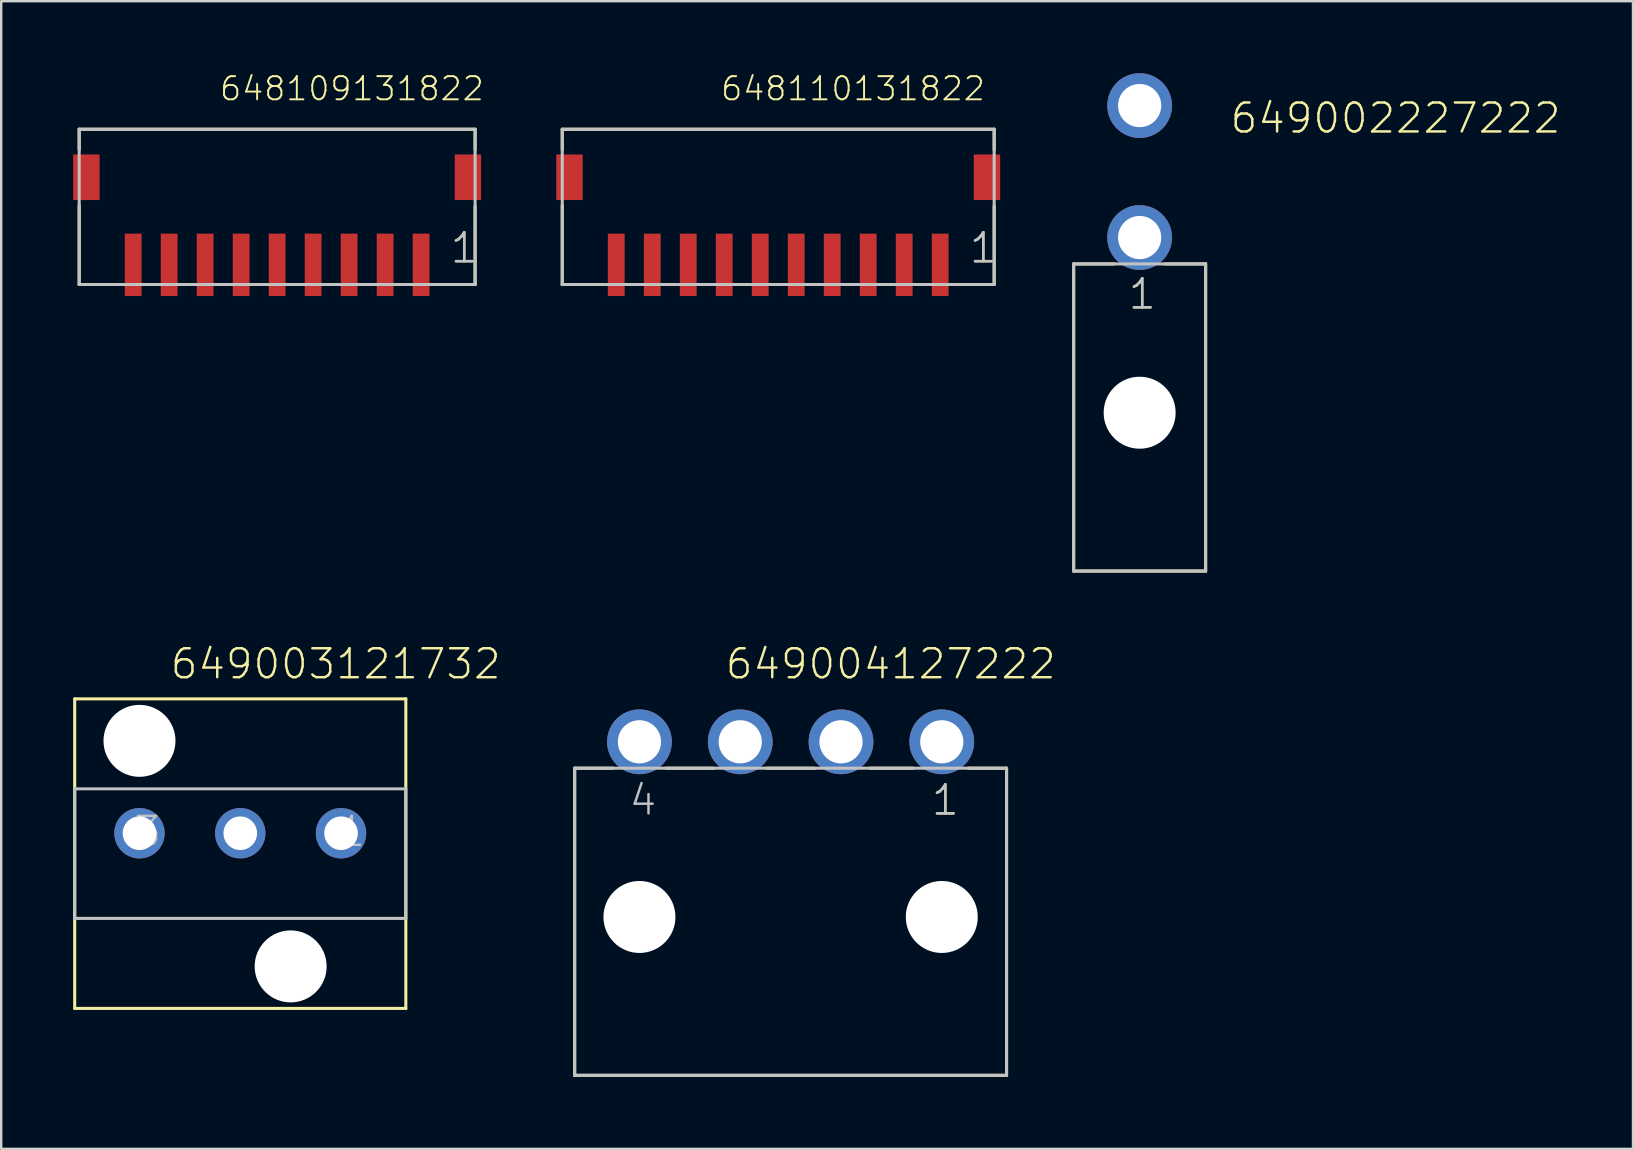
<source format=kicad_pcb>
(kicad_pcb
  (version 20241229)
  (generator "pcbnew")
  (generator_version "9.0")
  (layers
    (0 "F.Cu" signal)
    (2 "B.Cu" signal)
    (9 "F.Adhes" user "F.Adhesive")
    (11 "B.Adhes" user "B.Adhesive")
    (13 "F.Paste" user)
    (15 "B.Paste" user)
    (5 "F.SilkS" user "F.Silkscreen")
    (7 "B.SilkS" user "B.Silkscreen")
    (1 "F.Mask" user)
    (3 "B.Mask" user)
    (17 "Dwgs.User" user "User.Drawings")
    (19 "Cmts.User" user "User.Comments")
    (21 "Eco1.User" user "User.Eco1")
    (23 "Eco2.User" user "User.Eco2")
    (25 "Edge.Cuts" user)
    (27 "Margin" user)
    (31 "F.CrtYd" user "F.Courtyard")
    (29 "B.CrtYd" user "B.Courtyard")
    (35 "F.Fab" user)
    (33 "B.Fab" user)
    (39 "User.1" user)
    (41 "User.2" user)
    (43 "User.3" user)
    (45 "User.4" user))
  (footprint "649004127222"
    (layer "F.Cu")
    (at 29.899 35.165)
    (property "Reference" "649004127222" (at -2.785 -9.84 0) (layer "F.SilkS") (effects (font (size 1.206 1.206) (thickness 0.102)) (justify left bottom)))
    (attr through_hole)
    (fp_line (start -9 -6.2) (end -7.4 -6.2) (stroke (width 0.127) (type solid)) (layer "F.SilkS"))
    (fp_line (start -9 6.6) (end -9 -6.2) (stroke (width 0.127) (type solid)) (layer "F.SilkS"))
    (fp_line (start -5.2 -6.2) (end -3.2 -6.2) (stroke (width 0.127) (type solid)) (layer "F.SilkS"))
    (fp_line (start -1 -6.2) (end 1 -6.2) (stroke (width 0.127) (type solid)) (layer "F.SilkS"))
    (fp_line (start 3.3 -6.2) (end 5.1 -6.2) (stroke (width 0.127) (type solid)) (layer "F.SilkS"))
    (fp_line (start 7.4 -6.2) (end 9 -6.2) (stroke (width 0.127) (type solid)) (layer "F.SilkS"))
    (fp_line (start 9 -6.2) (end 9 6.6) (stroke (width 0.127) (type solid)) (layer "F.SilkS"))
    (fp_line (start 9 6.6) (end -9 6.6) (stroke (width 0.127) (type solid)) (layer "F.SilkS"))
    (fp_line (start -9 -6.2) (end 9 -6.2) (stroke (width 0.127) (type solid)) (layer "Dwgs.User"))
    (fp_line (start -9 6.6) (end -9 -6.2) (stroke (width 0.127) (type solid)) (layer "Dwgs.User"))
    (fp_line (start 9 -6.2) (end 9 6.6) (stroke (width 0.127) (type solid)) (layer "Dwgs.User"))
    (fp_line (start 9 6.6) (end -9 6.6) (stroke (width 0.127) (type solid)) (layer "Dwgs.User"))
    (fp_text user "1" (at 5.805 -4.165 0) (layer "F.SilkS") (effects (font (size 1.206 1.206) (thickness 0.102)) (justify left bottom)))
    (fp_text user "4" (at -6.795 -4.165 0) (layer "Dwgs.User") (effects (font (size 1.206 1.206) (thickness 0.102)) (justify left bottom)))
    (fp_text user "1" (at 5.805 -4.165 0) (layer "Dwgs.User") (effects (font (size 1.206 1.206) (thickness 0.102)) (justify left bottom)))
    (pad "" np_thru_hole circle (at -6.3 0) (size 3 3) (drill 3) (layers "*.Cu"))
    (pad "" np_thru_hole circle (at 6.3 0) (size 3 3) (drill 3) (layers "*.Cu"))
    (pad "1" thru_hole circle (at 6.3 -7.3) (size 2.7 2.7) (drill 1.8) (layers "*.Cu" "*.Mask"))
    (pad "2" thru_hole circle (at 2.1 -7.3) (size 2.7 2.7) (drill 1.8) (layers "*.Cu" "*.Mask"))
    (pad "3" thru_hole circle (at -2.1 -7.3) (size 2.7 2.7) (drill 1.8) (layers "*.Cu" "*.Mask"))
    (pad "4" thru_hole circle (at -6.3 -7.3) (size 2.7 2.7) (drill 1.8) (layers "*.Cu" "*.Mask")))
  (footprint "649002227222"
    (layer "F.Cu")
    (at 44.445 14.15)
    (property "Reference" "649002227222" (at 3.708 -11.57 0) (layer "F.SilkS") (effects (font (size 1.206 1.206) (thickness 0.102)) (justify left bottom)))
    (attr through_hole)
    (fp_line (start -2.75 -6.2) (end -1.05 -6.2) (stroke (width 0.127) (type solid)) (layer "F.SilkS"))
    (fp_line (start -2.75 6.6) (end -2.75 -6.2) (stroke (width 0.127) (type solid)) (layer "F.SilkS"))
    (fp_line (start 1.05 -6.2) (end 2.75 -6.2) (stroke (width 0.127) (type solid)) (layer "F.SilkS"))
    (fp_line (start 2.75 -6.2) (end 2.75 6.6) (stroke (width 0.127) (type solid)) (layer "F.SilkS"))
    (fp_line (start 2.75 6.6) (end -2.75 6.6) (stroke (width 0.127) (type solid)) (layer "F.SilkS"))
    (fp_line (start -2.75 -6.2) (end 2.75 -6.2) (stroke (width 0.127) (type solid)) (layer "Dwgs.User"))
    (fp_line (start -2.75 6.6) (end -2.75 -6.2) (stroke (width 0.127) (type solid)) (layer "Dwgs.User"))
    (fp_line (start 2.75 -6.2) (end 2.75 6.6) (stroke (width 0.127) (type solid)) (layer "Dwgs.User"))
    (fp_line (start 2.75 6.6) (end -2.75 6.6) (stroke (width 0.127) (type solid)) (layer "Dwgs.User"))
    (fp_text user "1" (at -0.535 -4.24 0) (layer "F.SilkS") (effects (font (size 1.206 1.206) (thickness 0.102)) (justify left bottom)))
    (fp_text user "1" (at -0.535 -4.24 0) (layer "Dwgs.User") (effects (font (size 1.206 1.206) (thickness 0.102)) (justify left bottom)))
    (pad "" np_thru_hole circle (at 0 0) (size 3 3) (drill 3) (layers "*.Cu"))
    (pad "1" thru_hole circle (at 0 -7.3) (size 2.7 2.7) (drill 1.8) (layers "*.Cu" "*.Mask"))
    (pad "2" thru_hole circle (at 0 -12.8) (size 2.7 2.7) (drill 1.8) (layers "*.Cu" "*.Mask")))
  (footprint "649003121732"
    (layer "F.Cu")
    (at 9.063 31.675)
    (property "Reference" "649003121732" (at -5.08 -6.35 0) (layer "F.SilkS") (effects (font (size 1.206 1.206) (thickness 0.102)) (justify left bottom)))
    (attr through_hole)
    (fp_line (start -9 -5.6) (end 4.8 -5.6) (stroke (width 0.127) (type solid)) (layer "F.SilkS"))
    (fp_line (start -9 7.3) (end -9 -5.6) (stroke (width 0.127) (type solid)) (layer "F.SilkS"))
    (fp_line (start 4.8 -5.6) (end 4.8 7.3) (stroke (width 0.127) (type solid)) (layer "F.SilkS"))
    (fp_line (start 4.8 7.3) (end -9 7.3) (stroke (width 0.127) (type solid)) (layer "F.SilkS"))
    (fp_line (start -9 -1.85) (end 4.8 -1.85) (stroke (width 0.127) (type solid)) (layer "Dwgs.User"))
    (fp_line (start -9 3.55) (end -9 -1.85) (stroke (width 0.127) (type solid)) (layer "Dwgs.User"))
    (fp_line (start 4.8 -1.85) (end 4.8 3.55) (stroke (width 0.127) (type solid)) (layer "Dwgs.User"))
    (fp_line (start 4.8 3.55) (end -9 3.55) (stroke (width 0.127) (type solid)) (layer "Dwgs.User"))
    (fp_text user "3" (at -6.595 0.635 0) (layer "Dwgs.User") (effects (font (size 1.206 1.206) (thickness 0.102)) (justify left bottom)))
    (fp_text user "1" (at 1.905 0.635 0) (layer "Dwgs.User") (effects (font (size 1.206 1.206) (thickness 0.102)) (justify left bottom)))
    (pad "" np_thru_hole circle (at -6.3 -3.85) (size 3 3) (drill 3) (layers "*.Cu"))
    (pad "" np_thru_hole circle (at 0 5.55) (size 3 3) (drill 3) (layers "*.Cu"))
    (pad "1" thru_hole circle (at 2.1 0) (size 2.1 2.1) (drill 1.4) (layers "*.Cu" "*.Mask"))
    (pad "2" thru_hole circle (at -2.1 0) (size 2.1 2.1) (drill 1.4) (layers "*.Cu" "*.Mask"))
    (pad "3" thru_hole circle (at -6.3 0) (size 2.1 2.1) (drill 1.4) (layers "*.Cu" "*.Mask")))
  (footprint "648110131822"
    (layer "F.Cu")
    (at 29.382 7.987)
    (property "Reference" "648110131822" (at -2.45 -6.777 0) (layer "F.SilkS") (effects (font (size 0.965 0.965) (thickness 0.081)) (justify left bottom)))
    (attr through_hole)
    (fp_line (start -9 -5.65) (end 9 -5.65) (stroke (width 0.127) (type solid)) (layer "F.SilkS"))
    (fp_line (start -9 -4.8) (end -9 -5.65) (stroke (width 0.127) (type solid)) (layer "F.SilkS"))
    (fp_line (start -9 -2.48) (end -9 0.82) (stroke (width 0.127) (type solid)) (layer "F.SilkS"))
    (fp_line (start -9 0.82) (end -7.34 0.82) (stroke (width 0.127) (type solid)) (layer "F.SilkS"))
    (fp_line (start 9 -5.65) (end 9 -4.79) (stroke (width 0.127) (type solid)) (layer "F.SilkS"))
    (fp_line (start 9 -2.44) (end 9 0.82) (stroke (width 0.127) (type solid)) (layer "F.SilkS"))
    (fp_line (start 9 0.82) (end -4.68 0.82) (stroke (width 0.127) (type solid)) (layer "F.SilkS"))
    (fp_line (start -9 -5.65) (end -9 0.82) (stroke (width 0.127) (type solid)) (layer "Dwgs.User"))
    (fp_line (start -9 0.82) (end 9 0.82) (stroke (width 0.127) (type solid)) (layer "Dwgs.User"))
    (fp_line (start 9 -5.65) (end -9 -5.65) (stroke (width 0.127) (type solid)) (layer "Dwgs.User"))
    (fp_line (start 9 0.82) (end 9 -5.65) (stroke (width 0.127) (type solid)) (layer "Dwgs.User"))
    (fp_text user "1" (at 7.905 0 0) (layer "F.SilkS") (effects (font (size 1.206 1.206) (thickness 0.102)) (justify left bottom)))
    (fp_text user "1" (at 7.905 0 0) (layer "Dwgs.User") (effects (font (size 1.206 1.206) (thickness 0.102)) (justify left bottom)))
    (pad "1" smd rect (at 6.75 0 180) (size 0.7 2.6) (layers "F.Cu" "F.Mask" "F.Paste"))
    (pad "2" smd rect (at 5.25 0 180) (size 0.7 2.6) (layers "F.Cu" "F.Mask" "F.Paste"))
    (pad "3" smd rect (at 3.75 0 180) (size 0.7 2.6) (layers "F.Cu" "F.Mask" "F.Paste"))
    (pad "4" smd rect (at 2.25 0 180) (size 0.7 2.6) (layers "F.Cu" "F.Mask" "F.Paste"))
    (pad "5" smd rect (at 0.75 0 180) (size 0.7 2.6) (layers "F.Cu" "F.Mask" "F.Paste"))
    (pad "6" smd rect (at -0.75 0 180) (size 0.7 2.6) (layers "F.Cu" "F.Mask" "F.Paste"))
    (pad "7" smd rect (at -2.25 0 180) (size 0.7 2.6) (layers "F.Cu" "F.Mask" "F.Paste"))
    (pad "8" smd rect (at -3.75 0 180) (size 0.7 2.6) (layers "F.Cu" "F.Mask" "F.Paste"))
    (pad "9" smd rect (at -5.25 0 180) (size 0.7 2.6) (layers "F.Cu" "F.Mask" "F.Paste"))
    (pad "10" smd rect (at -6.75 0 180) (size 0.7 2.6) (layers "F.Cu" "F.Mask" "F.Paste"))
    (pad "Z1" smd rect (at -8.7 -3.65 180) (size 1.1 1.9) (layers "F.Cu" "F.Mask" "F.Paste"))
    (pad "Z2" smd rect (at 8.7 -3.65 180) (size 1.1 1.9) (layers "F.Cu" "F.Mask" "F.Paste")))
  (footprint "648109131822"
    (layer "F.Cu")
    (at 8.5 7.987)
    (property "Reference" "648109131822" (at -2.45 -6.777 0) (layer "F.SilkS") (effects (font (size 0.965 0.965) (thickness 0.081)) (justify left bottom)))
    (attr through_hole)
    (fp_line (start -8.25 -5.65) (end 8.25 -5.65) (stroke (width 0.127) (type solid)) (layer "F.SilkS"))
    (fp_line (start -8.25 -4.8) (end -8.25 -5.65) (stroke (width 0.127) (type solid)) (layer "F.SilkS"))
    (fp_line (start -8.25 -2.48) (end -8.25 0.82) (stroke (width 0.127) (type solid)) (layer "F.SilkS"))
    (fp_line (start -8.25 0.82) (end -6.59 0.82) (stroke (width 0.127) (type solid)) (layer "F.SilkS"))
    (fp_line (start 8.25 -5.65) (end 8.25 -4.79) (stroke (width 0.127) (type solid)) (layer "F.SilkS"))
    (fp_line (start 8.25 -2.44) (end 8.25 0.82) (stroke (width 0.127) (type solid)) (layer "F.SilkS"))
    (fp_line (start 8.25 0.82) (end -3.93 0.82) (stroke (width 0.127) (type solid)) (layer "F.SilkS"))
    (fp_line (start -8.25 -5.65) (end -8.25 0.82) (stroke (width 0.127) (type solid)) (layer "Dwgs.User"))
    (fp_line (start -8.25 0.82) (end 8.25 0.82) (stroke (width 0.127) (type solid)) (layer "Dwgs.User"))
    (fp_line (start 8.25 -5.65) (end -8.25 -5.65) (stroke (width 0.127) (type solid)) (layer "Dwgs.User"))
    (fp_line (start 8.25 0.82) (end 8.25 -5.65) (stroke (width 0.127) (type solid)) (layer "Dwgs.User"))
    (fp_text user "1" (at 7.155 0 0) (layer "F.SilkS") (effects (font (size 1.206 1.206) (thickness 0.102)) (justify left bottom)))
    (fp_text user "1" (at 7.155 0 0) (layer "Dwgs.User") (effects (font (size 1.206 1.206) (thickness 0.102)) (justify left bottom)))
    (pad "1" smd rect (at 6 0 180) (size 0.7 2.6) (layers "F.Cu" "F.Mask" "F.Paste"))
    (pad "2" smd rect (at 4.5 0 180) (size 0.7 2.6) (layers "F.Cu" "F.Mask" "F.Paste"))
    (pad "3" smd rect (at 3 0 180) (size 0.7 2.6) (layers "F.Cu" "F.Mask" "F.Paste"))
    (pad "4" smd rect (at 1.5 0 180) (size 0.7 2.6) (layers "F.Cu" "F.Mask" "F.Paste"))
    (pad "5" smd rect (at 0 0 180) (size 0.7 2.6) (layers "F.Cu" "F.Mask" "F.Paste"))
    (pad "6" smd rect (at -1.5 0 180) (size 0.7 2.6) (layers "F.Cu" "F.Mask" "F.Paste"))
    (pad "7" smd rect (at -3 0 180) (size 0.7 2.6) (layers "F.Cu" "F.Mask" "F.Paste"))
    (pad "8" smd rect (at -4.5 0 180) (size 0.7 2.6) (layers "F.Cu" "F.Mask" "F.Paste"))
    (pad "9" smd rect (at -6 0 180) (size 0.7 2.6) (layers "F.Cu" "F.Mask" "F.Paste"))
    (pad "Z1" smd rect (at -7.95 -3.65 180) (size 1.1 1.9) (layers "F.Cu" "F.Mask" "F.Paste"))
    (pad "Z2" smd rect (at 7.95 -3.65 180) (size 1.1 1.9) (layers "F.Cu" "F.Mask" "F.Paste")))
  (gr_rect
    (start -3 -3)
    (end 65.005 44.828)
    (stroke (width 0.1) (type default))
    (fill no)
    (layer "Edge.Cuts")))
</source>
